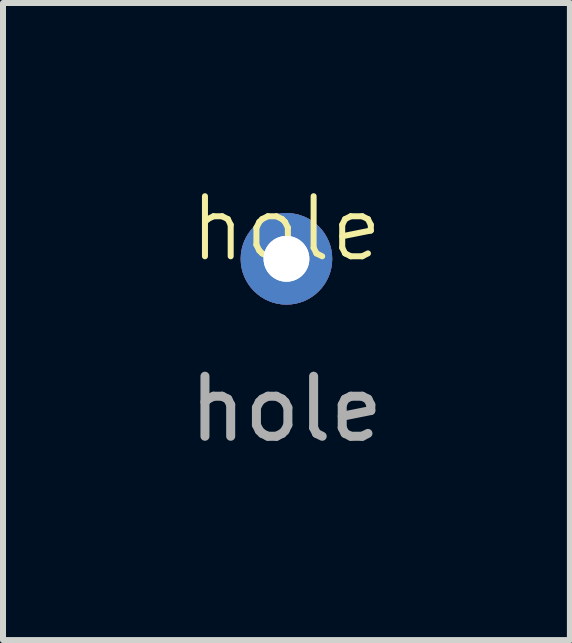
<source format=kicad_pcb>
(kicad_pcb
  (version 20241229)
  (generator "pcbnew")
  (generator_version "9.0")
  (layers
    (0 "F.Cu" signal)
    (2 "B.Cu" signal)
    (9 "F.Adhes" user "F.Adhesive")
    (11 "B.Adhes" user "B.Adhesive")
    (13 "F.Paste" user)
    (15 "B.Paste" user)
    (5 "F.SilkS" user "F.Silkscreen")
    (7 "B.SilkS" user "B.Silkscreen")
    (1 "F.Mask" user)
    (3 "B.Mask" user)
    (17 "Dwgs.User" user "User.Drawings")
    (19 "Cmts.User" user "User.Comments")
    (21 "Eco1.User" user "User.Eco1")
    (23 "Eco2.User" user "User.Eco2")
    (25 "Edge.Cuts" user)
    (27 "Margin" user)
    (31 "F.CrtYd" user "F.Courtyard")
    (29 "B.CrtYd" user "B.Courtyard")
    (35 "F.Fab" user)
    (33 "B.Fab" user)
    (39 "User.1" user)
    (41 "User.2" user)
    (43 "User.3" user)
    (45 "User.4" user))
  (footprint "hole"
    (layer "F.Cu")
    (at 1.72 1.26)
    (property "Reference" "hole" (at 0 -0.5 0) (unlocked yes) (layer "F.SilkS") (effects (font (size 1 1) (thickness 0.1))))
    (attr through_hole)
    (fp_text user "${REFERENCE}" (at 0 2.5 0) (unlocked yes) (layer "F.Fab") (effects (font (size 1 1) (thickness 0.15))))
    (pad "1" thru_hole circle (at 0 0) (size 1.524 1.524) (drill 0.762) (layers "*.Cu" "*.Mask"))
    (pad "2" thru_hole circle (at 0 0) (size 1.524 1.524) (drill 0.762) (layers "*.Cu" "*.Mask")))
  (gr_rect
    (start -3 -3)
    (end 6.44 7.609)
    (stroke (width 0.1) (type default))
    (fill no)
    (layer "Edge.Cuts")))
</source>
